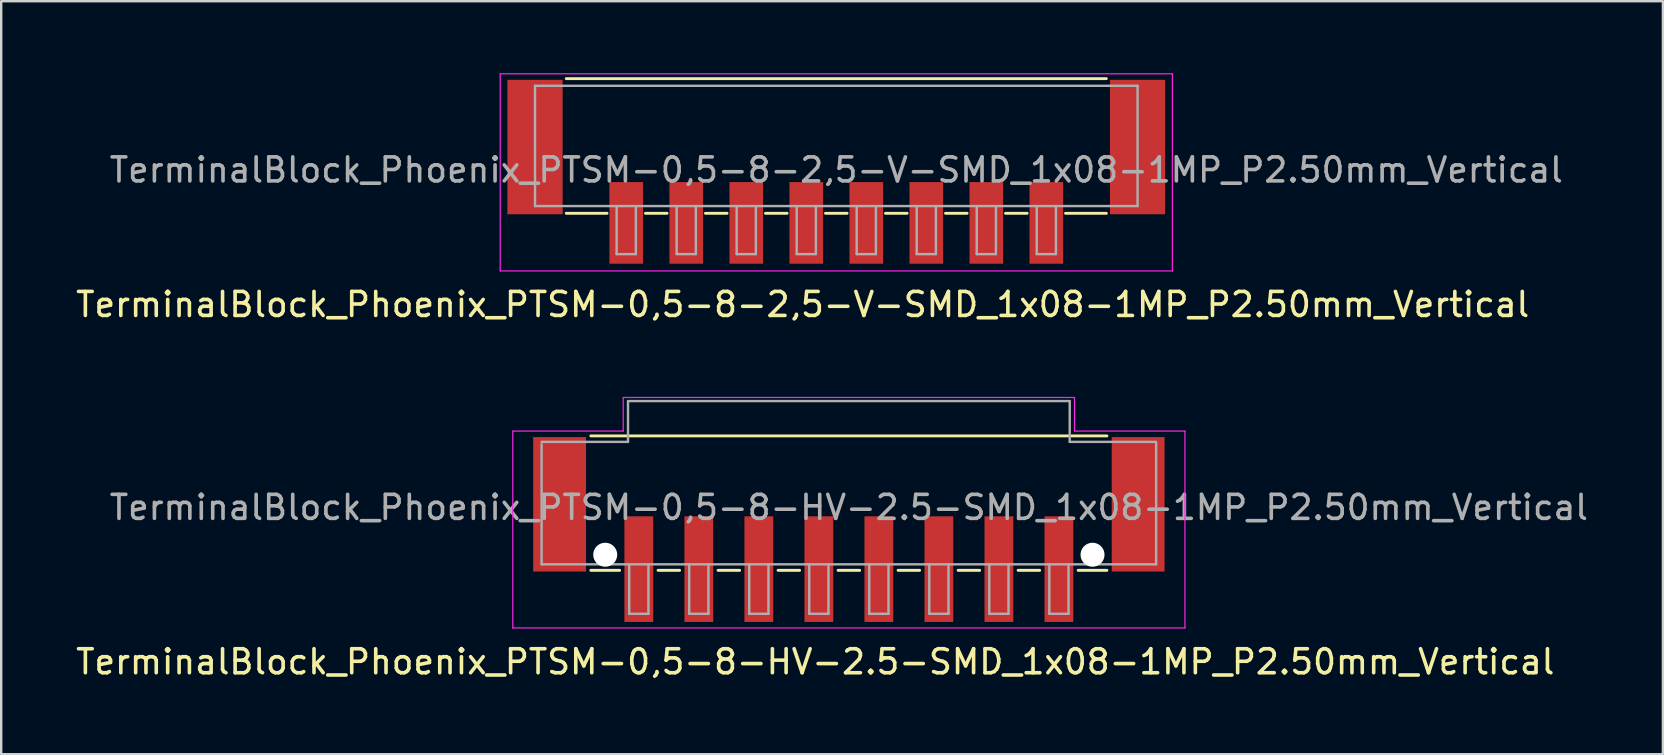
<source format=kicad_pcb>
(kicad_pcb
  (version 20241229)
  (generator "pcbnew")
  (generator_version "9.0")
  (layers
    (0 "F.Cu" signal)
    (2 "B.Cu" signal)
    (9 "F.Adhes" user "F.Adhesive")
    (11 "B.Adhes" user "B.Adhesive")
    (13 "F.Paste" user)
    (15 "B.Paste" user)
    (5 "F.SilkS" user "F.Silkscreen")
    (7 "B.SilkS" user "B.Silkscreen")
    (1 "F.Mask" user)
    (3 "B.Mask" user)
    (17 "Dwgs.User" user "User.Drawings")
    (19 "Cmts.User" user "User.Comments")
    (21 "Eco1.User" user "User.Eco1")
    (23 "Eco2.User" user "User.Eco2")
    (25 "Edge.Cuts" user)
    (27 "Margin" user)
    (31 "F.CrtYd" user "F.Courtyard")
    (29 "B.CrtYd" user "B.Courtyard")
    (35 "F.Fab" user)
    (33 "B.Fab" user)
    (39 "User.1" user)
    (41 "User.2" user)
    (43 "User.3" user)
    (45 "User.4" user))
  (footprint "TerminalBlock_Phoenix_PTSM-0,5-8-2,5-V-SMD_1x08-1MP_P2.50mm_Vertical"
    (layer "F.Cu")
    (at 31.787 4.105)
    (property "Reference" "TerminalBlock_Phoenix_PTSM-0,5-8-2,5-V-SMD_1x08-1MP_P2.50mm_Vertical" (at -1.4 5.53 0) (layer "F.SilkS") (effects (font (size 1 1) (thickness 0.15))))
    (attr smd)
    (fp_line (start -11.25 -3.88) (end 11.25 -3.88) (stroke (width 0.12) (type solid)) (layer "F.SilkS"))
    (fp_line (start -9.55 1.73) (end -11.25 1.73) (stroke (width 0.12) (type solid)) (layer "F.SilkS"))
    (fp_line (start -7.05 1.73) (end -7.95 1.73) (stroke (width 0.12) (type solid)) (layer "F.SilkS"))
    (fp_line (start -4.55 1.73) (end -5.45 1.73) (stroke (width 0.12) (type solid)) (layer "F.SilkS"))
    (fp_line (start -2.05 1.73) (end -2.95 1.73) (stroke (width 0.12) (type solid)) (layer "F.SilkS"))
    (fp_line (start 0.45 1.73) (end -0.45 1.73) (stroke (width 0.12) (type solid)) (layer "F.SilkS"))
    (fp_line (start 2.95 1.73) (end 2.05 1.73) (stroke (width 0.12) (type solid)) (layer "F.SilkS"))
    (fp_line (start 5.45 1.73) (end 4.55 1.73) (stroke (width 0.12) (type solid)) (layer "F.SilkS"))
    (fp_line (start 7.95 1.73) (end 7.05 1.73) (stroke (width 0.12) (type solid)) (layer "F.SilkS"))
    (fp_line (start 11.25 1.73) (end 9.55 1.73) (stroke (width 0.12) (type solid)) (layer "F.SilkS"))
    (fp_line (start -14 -4.08) (end 14 -4.08) (stroke (width 0.05) (type solid)) (layer "F.CrtYd"))
    (fp_line (start -14 4.13) (end -14 -4.08) (stroke (width 0.05) (type solid)) (layer "F.CrtYd"))
    (fp_line (start 14 -4.08) (end 14 4.13) (stroke (width 0.05) (type solid)) (layer "F.CrtYd"))
    (fp_line (start 14 4.13) (end -14 4.13) (stroke (width 0.05) (type solid)) (layer "F.CrtYd"))
    (fp_line (start -12.55 -3.58) (end 12.55 -3.58) (stroke (width 0.1) (type solid)) (layer "F.Fab"))
    (fp_line (start -12.55 1.43) (end -12.55 -3.58) (stroke (width 0.1) (type solid)) (layer "F.Fab"))
    (fp_line (start -9.15 1.43) (end -9.15 3.43) (stroke (width 0.1) (type solid)) (layer "F.Fab"))
    (fp_line (start -9.15 3.43) (end -8.35 3.43) (stroke (width 0.1) (type solid)) (layer "F.Fab"))
    (fp_line (start -8.35 1.43) (end -8.35 3.43) (stroke (width 0.1) (type solid)) (layer "F.Fab"))
    (fp_line (start -6.65 1.43) (end -6.65 3.43) (stroke (width 0.1) (type solid)) (layer "F.Fab"))
    (fp_line (start -6.65 3.43) (end -5.85 3.43) (stroke (width 0.1) (type solid)) (layer "F.Fab"))
    (fp_line (start -5.85 1.43) (end -5.85 3.43) (stroke (width 0.1) (type solid)) (layer "F.Fab"))
    (fp_line (start -4.15 1.43) (end -4.15 3.43) (stroke (width 0.1) (type solid)) (layer "F.Fab"))
    (fp_line (start -4.15 3.43) (end -3.35 3.43) (stroke (width 0.1) (type solid)) (layer "F.Fab"))
    (fp_line (start -3.35 1.43) (end -3.35 3.43) (stroke (width 0.1) (type solid)) (layer "F.Fab"))
    (fp_line (start -1.65 1.43) (end -1.65 3.43) (stroke (width 0.1) (type solid)) (layer "F.Fab"))
    (fp_line (start -1.65 3.43) (end -0.85 3.43) (stroke (width 0.1) (type solid)) (layer "F.Fab"))
    (fp_line (start -0.85 1.43) (end -0.85 3.43) (stroke (width 0.1) (type solid)) (layer "F.Fab"))
    (fp_line (start 0.85 1.43) (end 0.85 3.43) (stroke (width 0.1) (type solid)) (layer "F.Fab"))
    (fp_line (start 0.85 3.43) (end 1.65 3.43) (stroke (width 0.1) (type solid)) (layer "F.Fab"))
    (fp_line (start 1.65 1.43) (end 1.65 3.43) (stroke (width 0.1) (type solid)) (layer "F.Fab"))
    (fp_line (start 3.35 1.43) (end 3.35 3.43) (stroke (width 0.1) (type solid)) (layer "F.Fab"))
    (fp_line (start 3.35 3.43) (end 4.15 3.43) (stroke (width 0.1) (type solid)) (layer "F.Fab"))
    (fp_line (start 4.15 1.43) (end 4.15 3.43) (stroke (width 0.1) (type solid)) (layer "F.Fab"))
    (fp_line (start 5.85 1.43) (end 5.85 3.43) (stroke (width 0.1) (type solid)) (layer "F.Fab"))
    (fp_line (start 5.85 3.43) (end 6.65 3.43) (stroke (width 0.1) (type solid)) (layer "F.Fab"))
    (fp_line (start 6.65 1.43) (end 6.65 3.43) (stroke (width 0.1) (type solid)) (layer "F.Fab"))
    (fp_line (start 8.35 1.43) (end 8.35 3.43) (stroke (width 0.1) (type solid)) (layer "F.Fab"))
    (fp_line (start 8.35 3.43) (end 9.15 3.43) (stroke (width 0.1) (type solid)) (layer "F.Fab"))
    (fp_line (start 9.15 1.43) (end 9.15 3.43) (stroke (width 0.1) (type solid)) (layer "F.Fab"))
    (fp_line (start 12.55 1.43) (end -12.55 1.43) (stroke (width 0.1) (type solid)) (layer "F.Fab"))
    (fp_line (start 12.55 1.43) (end 12.55 -3.58) (stroke (width 0.1) (type solid)) (layer "F.Fab"))
    (fp_text user "${REFERENCE}" (at 0 -0.075 0) (layer "F.Fab") (effects (font (size 1 1) (thickness 0.15))))
    (pad "1" smd rect (at -8.75 2.13 180) (size 1.4 3.4) (layers "F.Cu" "F.Mask" "F.Paste"))
    (pad "2" smd rect (at -6.25 2.13 180) (size 1.4 3.4) (layers "F.Cu" "F.Mask" "F.Paste"))
    (pad "3" smd rect (at -3.75 2.13 180) (size 1.4 3.4) (layers "F.Cu" "F.Mask" "F.Paste"))
    (pad "4" smd rect (at -1.25 2.13 180) (size 1.4 3.4) (layers "F.Cu" "F.Mask" "F.Paste"))
    (pad "5" smd rect (at 1.25 2.13 180) (size 1.4 3.4) (layers "F.Cu" "F.Mask" "F.Paste"))
    (pad "6" smd rect (at 3.75 2.13 180) (size 1.4 3.4) (layers "F.Cu" "F.Mask" "F.Paste"))
    (pad "7" smd rect (at 6.25 2.13 180) (size 1.4 3.4) (layers "F.Cu" "F.Mask" "F.Paste"))
    (pad "8" smd rect (at 8.75 2.13 180) (size 1.4 3.4) (layers "F.Cu" "F.Mask" "F.Paste"))
    (pad "MP" smd rect (at -12.55 -1.03 180) (size 2.3 5.6) (layers "F.Cu" "F.Mask" "F.Paste"))
    (pad "MP" smd rect (at 12.55 -1.03 180) (size 2.3 5.6) (layers "F.Cu" "F.Mask" "F.Paste")))
  (footprint "TerminalBlock_Phoenix_PTSM-0,5-8-HV-2.5-SMD_1x08-1MP_P2.50mm_Vertical"
    (layer "F.Cu")
    (at 32.311 19.008)
    (property "Reference" "TerminalBlock_Phoenix_PTSM-0,5-8-HV-2.5-SMD_1x08-1MP_P2.50mm_Vertical" (at -1.4 5.51 0) (layer "F.SilkS") (effects (font (size 1 1) (thickness 0.15))))
    (attr smd)
    (fp_line (start -10.75 -3.9) (end 10.75 -3.9) (stroke (width 0.12) (type solid)) (layer "F.SilkS"))
    (fp_line (start -9.55 1.7) (end -10.75 1.7) (stroke (width 0.12) (type solid)) (layer "F.SilkS"))
    (fp_line (start -7.05 1.7) (end -7.95 1.7) (stroke (width 0.12) (type solid)) (layer "F.SilkS"))
    (fp_line (start -4.55 1.7) (end -5.45 1.7) (stroke (width 0.12) (type solid)) (layer "F.SilkS"))
    (fp_line (start -2.05 1.7) (end -2.95 1.7) (stroke (width 0.12) (type solid)) (layer "F.SilkS"))
    (fp_line (start 0.45 1.7) (end -0.45 1.7) (stroke (width 0.12) (type solid)) (layer "F.SilkS"))
    (fp_line (start 2.95 1.7) (end 2.05 1.7) (stroke (width 0.12) (type solid)) (layer "F.SilkS"))
    (fp_line (start 5.45 1.7) (end 4.55 1.7) (stroke (width 0.12) (type solid)) (layer "F.SilkS"))
    (fp_line (start 7.95 1.7) (end 7.05 1.7) (stroke (width 0.12) (type solid)) (layer "F.SilkS"))
    (fp_line (start 10.75 1.7) (end 9.55 1.7) (stroke (width 0.12) (type solid)) (layer "F.SilkS"))
    (fp_line (start -14 -4.1) (end -9.4 -4.1) (stroke (width 0.05) (type solid)) (layer "F.CrtYd"))
    (fp_line (start -14 4.1) (end -14 -4.1) (stroke (width 0.05) (type solid)) (layer "F.CrtYd"))
    (fp_line (start -9.4 -5.5) (end 9.4 -5.5) (stroke (width 0.05) (type solid)) (layer "F.CrtYd"))
    (fp_line (start -9.4 -4.1) (end -9.4 -5.5) (stroke (width 0.05) (type solid)) (layer "F.CrtYd"))
    (fp_line (start 9.4 -4.1) (end 9.4 -5.5) (stroke (width 0.05) (type solid)) (layer "F.CrtYd"))
    (fp_line (start 14 -4.1) (end 9.4 -4.1) (stroke (width 0.05) (type solid)) (layer "F.CrtYd"))
    (fp_line (start 14 -4.1) (end 14 4.1) (stroke (width 0.05) (type solid)) (layer "F.CrtYd"))
    (fp_line (start 14 4.1) (end -14 4.1) (stroke (width 0.05) (type solid)) (layer "F.CrtYd"))
    (fp_line (start -12.8 -3.65) (end -9.2 -3.65) (stroke (width 0.1) (type solid)) (layer "F.Fab"))
    (fp_line (start -12.8 1.45) (end -12.8 -3.55) (stroke (width 0.1) (type solid)) (layer "F.Fab"))
    (fp_line (start -9.2 -5.35) (end 9.2 -5.35) (stroke (width 0.1) (type solid)) (layer "F.Fab"))
    (fp_line (start -9.2 -3.65) (end -9.2 -5.35) (stroke (width 0.1) (type solid)) (layer "F.Fab"))
    (fp_line (start -9.15 1.45) (end -9.15 3.51) (stroke (width 0.1) (type solid)) (layer "F.Fab"))
    (fp_line (start -9.15 3.51) (end -8.35 3.51) (stroke (width 0.1) (type solid)) (layer "F.Fab"))
    (fp_line (start -8.35 1.45) (end -8.35 3.51) (stroke (width 0.1) (type solid)) (layer "F.Fab"))
    (fp_line (start -6.65 1.45) (end -6.65 3.51) (stroke (width 0.1) (type solid)) (layer "F.Fab"))
    (fp_line (start -6.65 3.51) (end -5.85 3.51) (stroke (width 0.1) (type solid)) (layer "F.Fab"))
    (fp_line (start -5.85 1.45) (end -5.85 3.51) (stroke (width 0.1) (type solid)) (layer "F.Fab"))
    (fp_line (start -4.15 1.45) (end -4.15 3.51) (stroke (width 0.1) (type solid)) (layer "F.Fab"))
    (fp_line (start -4.15 3.51) (end -3.35 3.51) (stroke (width 0.1) (type solid)) (layer "F.Fab"))
    (fp_line (start -3.35 1.45) (end -3.35 3.51) (stroke (width 0.1) (type solid)) (layer "F.Fab"))
    (fp_line (start -1.65 1.45) (end -1.65 3.51) (stroke (width 0.1) (type solid)) (layer "F.Fab"))
    (fp_line (start -1.65 3.51) (end -0.85 3.51) (stroke (width 0.1) (type solid)) (layer "F.Fab"))
    (fp_line (start -0.85 1.45) (end -0.85 3.51) (stroke (width 0.1) (type solid)) (layer "F.Fab"))
    (fp_line (start 0.85 1.45) (end 0.85 3.51) (stroke (width 0.1) (type solid)) (layer "F.Fab"))
    (fp_line (start 0.85 3.51) (end 1.65 3.51) (stroke (width 0.1) (type solid)) (layer "F.Fab"))
    (fp_line (start 1.65 1.45) (end 1.65 3.51) (stroke (width 0.1) (type solid)) (layer "F.Fab"))
    (fp_line (start 3.35 1.45) (end 3.35 3.51) (stroke (width 0.1) (type solid)) (layer "F.Fab"))
    (fp_line (start 3.35 3.51) (end 4.15 3.51) (stroke (width 0.1) (type solid)) (layer "F.Fab"))
    (fp_line (start 4.15 1.45) (end 4.15 3.51) (stroke (width 0.1) (type solid)) (layer "F.Fab"))
    (fp_line (start 5.85 1.45) (end 5.85 3.51) (stroke (width 0.1) (type solid)) (layer "F.Fab"))
    (fp_line (start 5.85 3.51) (end 6.65 3.51) (stroke (width 0.1) (type solid)) (layer "F.Fab"))
    (fp_line (start 6.65 1.45) (end 6.65 3.51) (stroke (width 0.1) (type solid)) (layer "F.Fab"))
    (fp_line (start 8.35 1.45) (end 8.35 3.51) (stroke (width 0.1) (type solid)) (layer "F.Fab"))
    (fp_line (start 8.35 3.51) (end 9.15 3.51) (stroke (width 0.1) (type solid)) (layer "F.Fab"))
    (fp_line (start 9.15 1.45) (end 9.15 3.51) (stroke (width 0.1) (type solid)) (layer "F.Fab"))
    (fp_line (start 9.2 -5.35) (end 9.2 -3.65) (stroke (width 0.1) (type solid)) (layer "F.Fab"))
    (fp_line (start 9.2 -3.65) (end 12.8 -3.65) (stroke (width 0.1) (type solid)) (layer "F.Fab"))
    (fp_line (start 12.8 1.45) (end -12.8 1.45) (stroke (width 0.1) (type solid)) (layer "F.Fab"))
    (fp_line (start 12.8 1.45) (end 12.8 -3.6) (stroke (width 0.1) (type solid)) (layer "F.Fab"))
    (fp_text user "${REFERENCE}" (at 0 -0.92 0) (layer "F.Fab") (effects (font (size 1 1) (thickness 0.15))))
    (pad "" np_thru_hole circle (at -10.15 1.05) (size 1 1) (drill 1) (layers "*.Cu" "*.Mask"))
    (pad "" np_thru_hole circle (at 10.15 1.05) (size 1 1) (drill 1) (layers "*.Cu" "*.Mask"))
    (pad "1" smd rect (at -8.75 1.65 180) (size 1.2 4.4) (layers "F.Cu" "F.Mask" "F.Paste"))
    (pad "2" smd rect (at -6.25 1.65 180) (size 1.2 4.4) (layers "F.Cu" "F.Mask" "F.Paste"))
    (pad "3" smd rect (at -3.75 1.65 180) (size 1.2 4.4) (layers "F.Cu" "F.Mask" "F.Paste"))
    (pad "4" smd rect (at -1.25 1.65 180) (size 1.2 4.4) (layers "F.Cu" "F.Mask" "F.Paste"))
    (pad "5" smd rect (at 1.25 1.65 180) (size 1.2 4.4) (layers "F.Cu" "F.Mask" "F.Paste"))
    (pad "6" smd rect (at 3.75 1.65 180) (size 1.2 4.4) (layers "F.Cu" "F.Mask" "F.Paste"))
    (pad "7" smd rect (at 6.25 1.65 180) (size 1.2 4.4) (layers "F.Cu" "F.Mask" "F.Paste"))
    (pad "8" smd rect (at 8.75 1.65 180) (size 1.2 4.4) (layers "F.Cu" "F.Mask" "F.Paste"))
    (pad "MP" smd rect (at -12.05 -1.05 180) (size 2.2 5.6) (layers "F.Cu" "F.Mask" "F.Paste"))
    (pad "MP" smd rect (at 12.05 -1.05 180) (size 2.2 5.6) (layers "F.Cu" "F.Mask" "F.Paste")))
  (gr_rect
    (start -3 -3)
    (end 66.221 28.366)
    (stroke (width 0.1) (type default))
    (fill no)
    (layer "Edge.Cuts")))
</source>
